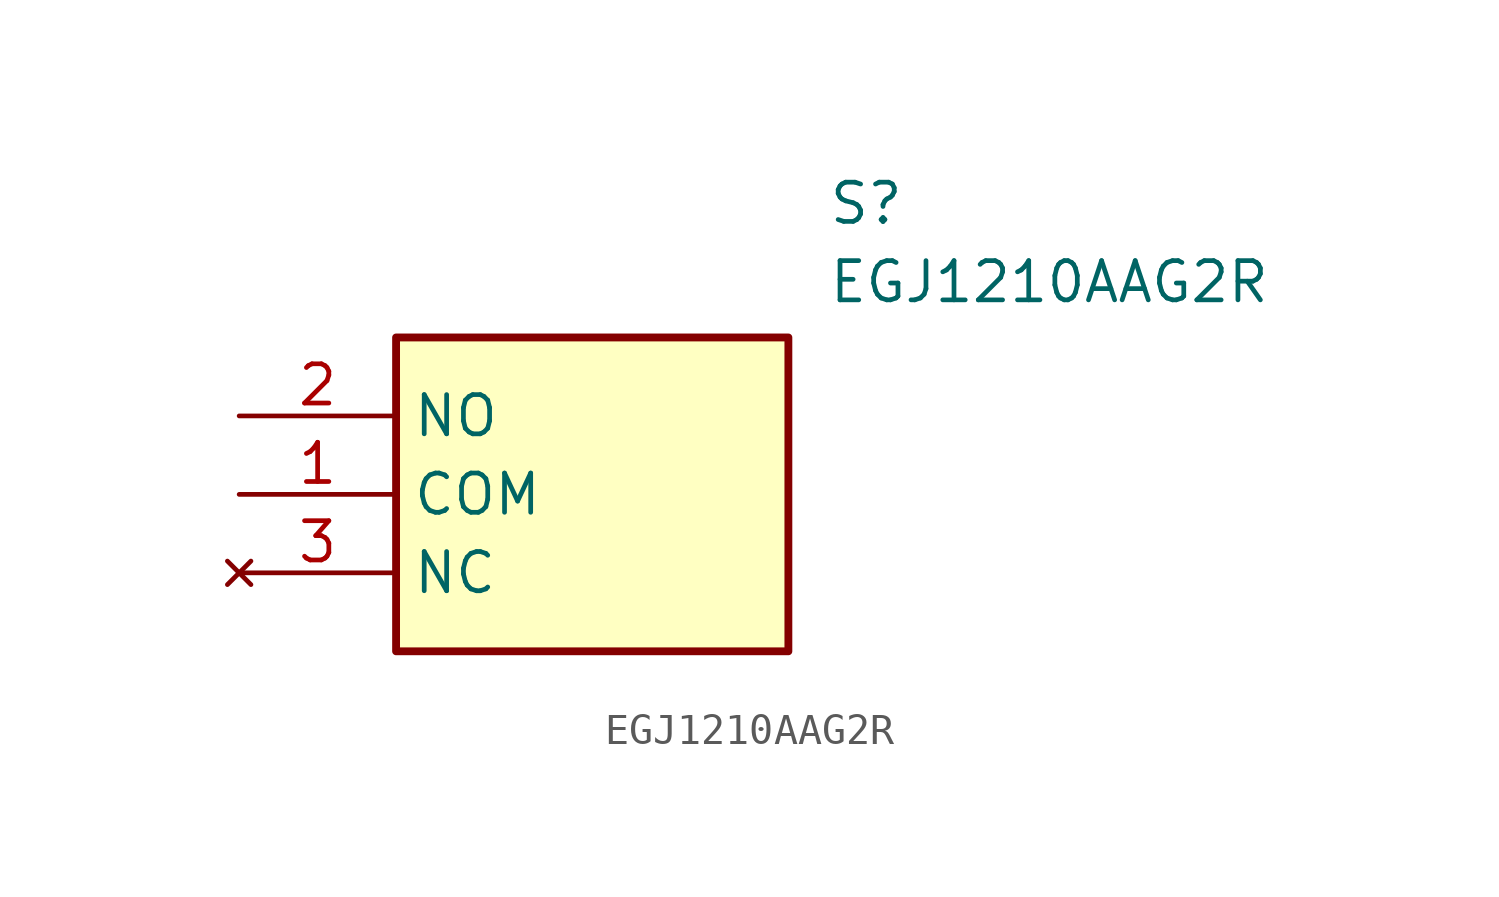
<source format=kicad_sym>
(kicad_symbol_lib
  (version 20211014)
  (generator SamacSys_ECAD_Model)
  (symbol "EGJ1210AAG2R"
    (property "Reference" "S"
      (at 19.05 7.62 0)
      (effects (font (size 1.27 1.27)) (justify left top)))
    (property "Value" "EGJ1210AAG2R"
      (at 19.05 5.08 0)
      (effects (font (size 1.27 1.27)) (justify left top)))
    (rectangle
      (start 5.08 2.54)
      (end 17.78 -7.62)
      (stroke (width 0.254) (type default))
      (fill (type background)))
    (pin passive line
      (at 0 -2.54 0)
      (length 5.08)
      (name "COM" (effects (font (size 1.27 1.27))))
      (number "1" (effects (font (size 1.27 1.27)))))
    (pin passive line
      (at 0 0 0)
      (length 5.08)
      (name "NO" (effects (font (size 1.27 1.27))))
      (number "2" (effects (font (size 1.27 1.27)))))
    (pin no_connect line
      (at 0 -5.08 0)
      (length 5.08)
      (name "NC" (effects (font (size 1.27 1.27))))
      (number "3" (effects (font (size 1.27 1.27)))))))
</source>
